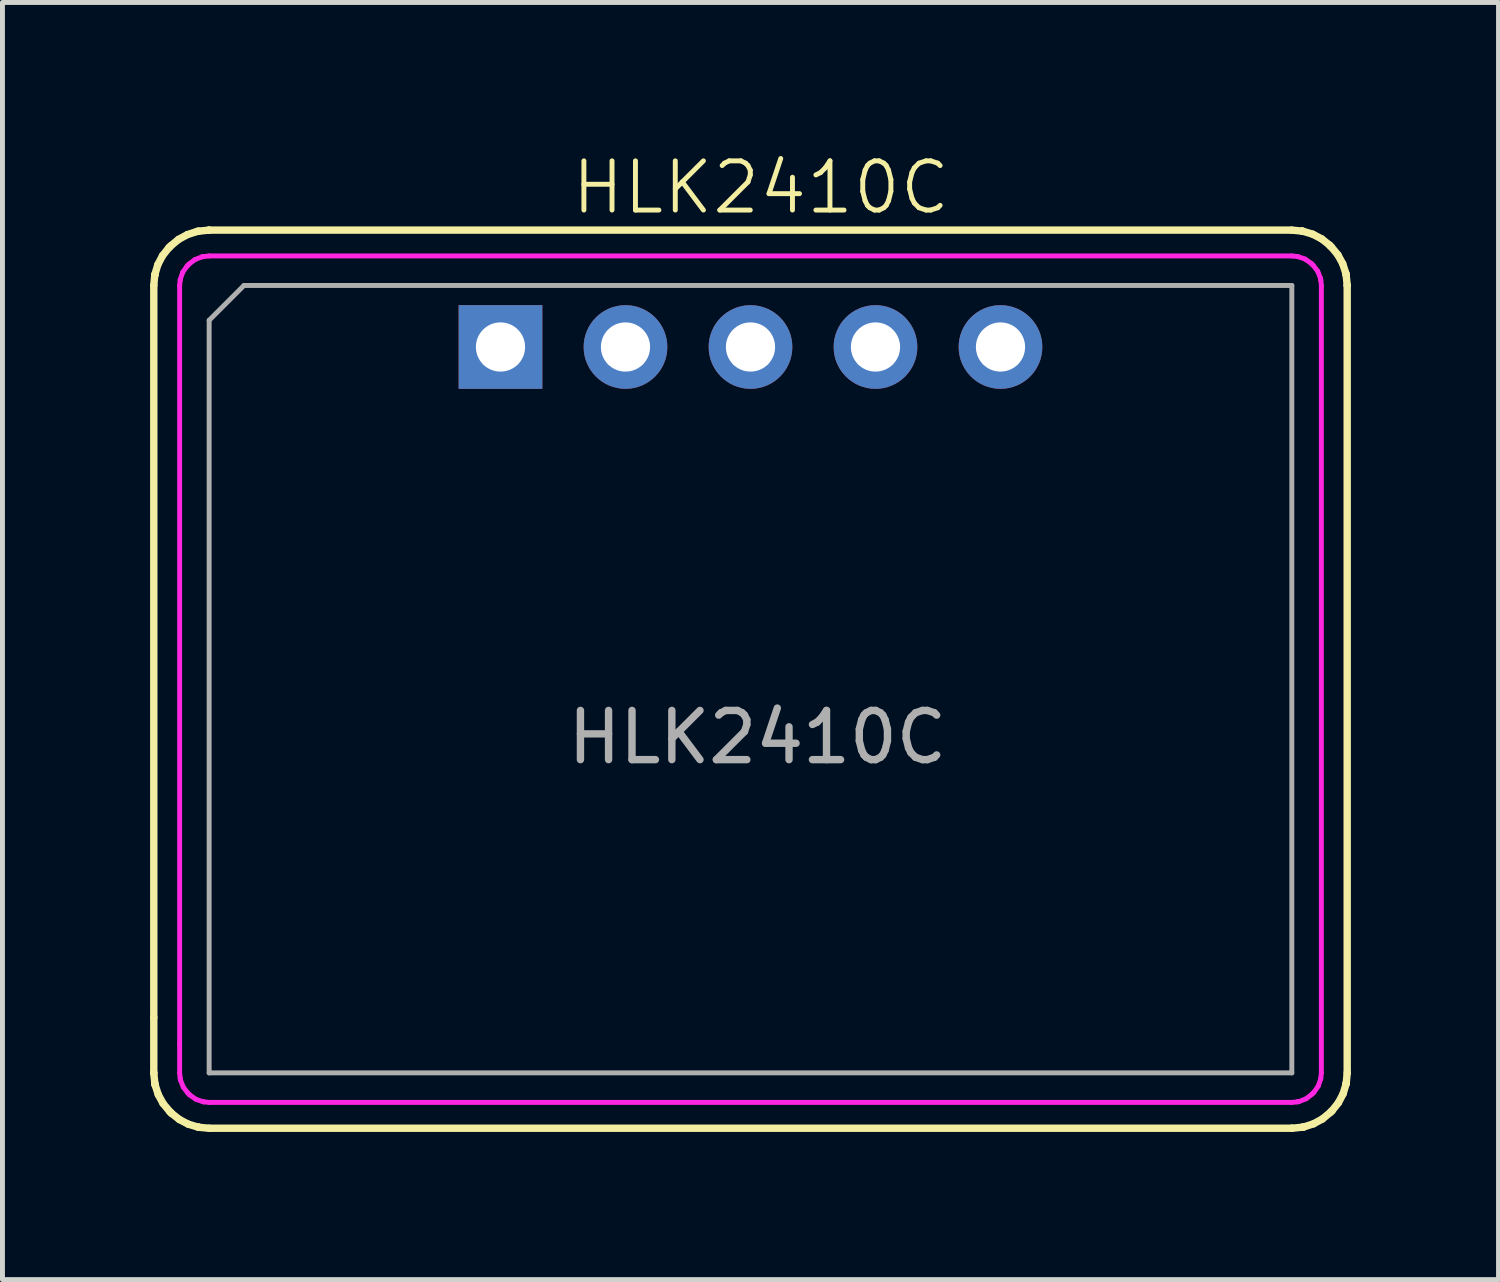
<source format=kicad_pcb>
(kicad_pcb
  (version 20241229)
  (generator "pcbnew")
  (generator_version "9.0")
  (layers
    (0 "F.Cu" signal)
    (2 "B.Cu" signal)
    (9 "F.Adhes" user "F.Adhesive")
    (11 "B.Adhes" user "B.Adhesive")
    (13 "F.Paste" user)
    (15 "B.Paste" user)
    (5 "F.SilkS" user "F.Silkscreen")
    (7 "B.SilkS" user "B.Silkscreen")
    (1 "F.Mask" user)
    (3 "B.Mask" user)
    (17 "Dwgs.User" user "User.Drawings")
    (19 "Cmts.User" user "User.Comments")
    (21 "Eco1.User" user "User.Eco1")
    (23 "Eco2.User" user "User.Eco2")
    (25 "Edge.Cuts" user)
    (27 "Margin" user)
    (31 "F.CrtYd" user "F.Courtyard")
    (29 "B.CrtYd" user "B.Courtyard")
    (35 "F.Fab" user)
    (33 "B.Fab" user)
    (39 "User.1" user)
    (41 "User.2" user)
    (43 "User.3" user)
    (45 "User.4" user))
  (footprint "HLK2410C"
    (layer "F.Cu")
    (at 12.2 11.181)
    (property "Reference" "HLK2410C" (at 0.21 -10.42 0) (unlocked yes) (layer "F.SilkS") (effects (font (size 1 1) (thickness 0.1))))
    (attr through_hole)
    (fp_line (start -12.125 -8.43) (end -12.106 -8.633) (stroke (width 0.15) (type default)) (layer "F.SilkS"))
    (fp_line (start -12.125 6.445) (end -12.125 -8.43) (stroke (width 0.15) (type default)) (layer "F.SilkS"))
    (fp_line (start -12.125 7.57) (end -12.125 6.445) (stroke (width 0.15) (type default)) (layer "F.SilkS"))
    (fp_line (start -12.125 7.576) (end -12.125 7.57) (stroke (width 0.15) (type default)) (layer "F.SilkS"))
    (fp_line (start -12.106 -8.633) (end -12.104 -8.64) (stroke (width 0.15) (type default)) (layer "F.SilkS"))
    (fp_line (start -12.104 -8.64) (end -12.101 -8.659) (stroke (width 0.15) (type default)) (layer "F.SilkS"))
    (fp_line (start -12.104 7.78) (end -12.125 7.576) (stroke (width 0.15) (type default)) (layer "F.SilkS"))
    (fp_line (start -12.101 -8.659) (end -12.042 -8.855) (stroke (width 0.15) (type default)) (layer "F.SilkS"))
    (fp_line (start -12.101 7.799) (end -12.104 7.78) (stroke (width 0.15) (type default)) (layer "F.SilkS"))
    (fp_line (start -12.097 7.818) (end -12.101 7.799) (stroke (width 0.15) (type default)) (layer "F.SilkS"))
    (fp_line (start -12.042 -8.855) (end -11.947 -9.036) (stroke (width 0.15) (type default)) (layer "F.SilkS"))
    (fp_line (start -12.034 8.012) (end -12.097 7.818) (stroke (width 0.15) (type default)) (layer "F.SilkS"))
    (fp_line (start -11.947 -9.036) (end -11.82 -9.196) (stroke (width 0.15) (type default)) (layer "F.SilkS"))
    (fp_line (start -11.936 8.192) (end -12.034 8.012) (stroke (width 0.15) (type default)) (layer "F.SilkS"))
    (fp_line (start -11.82 -9.196) (end -11.806 -9.209) (stroke (width 0.15) (type default)) (layer "F.SilkS"))
    (fp_line (start -11.806 -9.209) (end -11.779 -9.236) (stroke (width 0.15) (type default)) (layer "F.SilkS"))
    (fp_line (start -11.806 8.349) (end -11.936 8.192) (stroke (width 0.15) (type default)) (layer "F.SilkS"))
    (fp_line (start -11.779 -9.236) (end -11.622 -9.366) (stroke (width 0.15) (type default)) (layer "F.SilkS"))
    (fp_line (start -11.779 8.376) (end -11.806 8.349) (stroke (width 0.15) (type default)) (layer "F.SilkS"))
    (fp_line (start -11.766 8.39) (end -11.779 8.376) (stroke (width 0.15) (type default)) (layer "F.SilkS"))
    (fp_line (start -11.622 -9.366) (end -11.442 -9.464) (stroke (width 0.15) (type default)) (layer "F.SilkS"))
    (fp_line (start -11.606 8.517) (end -11.766 8.39) (stroke (width 0.15) (type default)) (layer "F.SilkS"))
    (fp_line (start -11.442 -9.464) (end -11.248 -9.527) (stroke (width 0.15) (type default)) (layer "F.SilkS"))
    (fp_line (start -11.425 8.612) (end -11.606 8.517) (stroke (width 0.15) (type default)) (layer "F.SilkS"))
    (fp_line (start -11.248 -9.527) (end -11.229 -9.531) (stroke (width 0.15) (type default)) (layer "F.SilkS"))
    (fp_line (start -11.229 -9.531) (end -11.21 -9.534) (stroke (width 0.15) (type default)) (layer "F.SilkS"))
    (fp_line (start -11.229 8.671) (end -11.425 8.612) (stroke (width 0.15) (type default)) (layer "F.SilkS"))
    (fp_line (start -11.21 -9.534) (end -11.006 -9.555) (stroke (width 0.15) (type default)) (layer "F.SilkS"))
    (fp_line (start -11.21 8.674) (end -11.229 8.671) (stroke (width 0.15) (type default)) (layer "F.SilkS"))
    (fp_line (start -11.203 8.676) (end -11.21 8.674) (stroke (width 0.15) (type default)) (layer "F.SilkS"))
    (fp_line (start -11.006 -9.555) (end -11 -9.555) (stroke (width 0.15) (type default)) (layer "F.SilkS"))
    (fp_line (start -11 -9.555) (end 11 -9.555) (stroke (width 0.15) (type default)) (layer "F.SilkS"))
    (fp_line (start -11 8.695) (end -11.203 8.676) (stroke (width 0.15) (type default)) (layer "F.SilkS"))
    (fp_line (start 11 -9.555) (end 11.203 -9.536) (stroke (width 0.15) (type default)) (layer "F.SilkS"))
    (fp_line (start 11 8.695) (end -11 8.695) (stroke (width 0.15) (type default)) (layer "F.SilkS"))
    (fp_line (start 11.006 8.695) (end 11 8.695) (stroke (width 0.15) (type default)) (layer "F.SilkS"))
    (fp_line (start 11.203 -9.536) (end 11.21 -9.534) (stroke (width 0.15) (type default)) (layer "F.SilkS"))
    (fp_line (start 11.21 -9.534) (end 11.229 -9.531) (stroke (width 0.15) (type default)) (layer "F.SilkS"))
    (fp_line (start 11.21 8.674) (end 11.006 8.695) (stroke (width 0.15) (type default)) (layer "F.SilkS"))
    (fp_line (start 11.229 -9.531) (end 11.425 -9.472) (stroke (width 0.15) (type default)) (layer "F.SilkS"))
    (fp_line (start 11.229 8.671) (end 11.21 8.674) (stroke (width 0.15) (type default)) (layer "F.SilkS"))
    (fp_line (start 11.248 8.667) (end 11.229 8.671) (stroke (width 0.15) (type default)) (layer "F.SilkS"))
    (fp_line (start 11.425 -9.472) (end 11.606 -9.377) (stroke (width 0.15) (type default)) (layer "F.SilkS"))
    (fp_line (start 11.442 8.604) (end 11.248 8.667) (stroke (width 0.15) (type default)) (layer "F.SilkS"))
    (fp_line (start 11.606 -9.377) (end 11.766 -9.25) (stroke (width 0.15) (type default)) (layer "F.SilkS"))
    (fp_line (start 11.622 8.506) (end 11.442 8.604) (stroke (width 0.15) (type default)) (layer "F.SilkS"))
    (fp_line (start 11.766 -9.25) (end 11.779 -9.236) (stroke (width 0.15) (type default)) (layer "F.SilkS"))
    (fp_line (start 11.779 -9.236) (end 11.806 -9.209) (stroke (width 0.15) (type default)) (layer "F.SilkS"))
    (fp_line (start 11.779 8.376) (end 11.622 8.506) (stroke (width 0.15) (type default)) (layer "F.SilkS"))
    (fp_line (start 11.806 -9.209) (end 11.936 -9.052) (stroke (width 0.15) (type default)) (layer "F.SilkS"))
    (fp_line (start 11.806 8.349) (end 11.779 8.376) (stroke (width 0.15) (type default)) (layer "F.SilkS"))
    (fp_line (start 11.82 8.336) (end 11.806 8.349) (stroke (width 0.15) (type default)) (layer "F.SilkS"))
    (fp_line (start 11.936 -9.052) (end 12.034 -8.872) (stroke (width 0.15) (type default)) (layer "F.SilkS"))
    (fp_line (start 11.947 8.176) (end 11.82 8.336) (stroke (width 0.15) (type default)) (layer "F.SilkS"))
    (fp_line (start 12.034 -8.872) (end 12.097 -8.678) (stroke (width 0.15) (type default)) (layer "F.SilkS"))
    (fp_line (start 12.042 7.995) (end 11.947 8.176) (stroke (width 0.15) (type default)) (layer "F.SilkS"))
    (fp_line (start 12.097 -8.678) (end 12.101 -8.659) (stroke (width 0.15) (type default)) (layer "F.SilkS"))
    (fp_line (start 12.101 -8.659) (end 12.104 -8.64) (stroke (width 0.15) (type default)) (layer "F.SilkS"))
    (fp_line (start 12.101 7.799) (end 12.042 7.995) (stroke (width 0.15) (type default)) (layer "F.SilkS"))
    (fp_line (start 12.104 -8.64) (end 12.125 -8.436) (stroke (width 0.15) (type default)) (layer "F.SilkS"))
    (fp_line (start 12.104 7.78) (end 12.101 7.799) (stroke (width 0.15) (type default)) (layer "F.SilkS"))
    (fp_line (start 12.106 7.773) (end 12.104 7.78) (stroke (width 0.15) (type default)) (layer "F.SilkS"))
    (fp_line (start 12.125 -8.436) (end 12.125 -8.43) (stroke (width 0.15) (type default)) (layer "F.SilkS"))
    (fp_line (start 12.125 -8.43) (end 12.125 7.57) (stroke (width 0.15) (type default)) (layer "F.SilkS"))
    (fp_line (start 12.125 7.57) (end 12.106 7.773) (stroke (width 0.15) (type default)) (layer "F.SilkS"))
    (fp_line (start -11.6 -8.43) (end -11.589 -8.537) (stroke (width 0.1) (type default)) (layer "F.CrtYd"))
    (fp_line (start -11.6 6.97) (end -11.6 -8.43) (stroke (width 0.1) (type default)) (layer "F.CrtYd"))
    (fp_line (start -11.6 7.57) (end -11.6 6.97) (stroke (width 0.1) (type default)) (layer "F.CrtYd"))
    (fp_line (start -11.589 -8.537) (end -11.586 -8.556) (stroke (width 0.1) (type default)) (layer "F.CrtYd"))
    (fp_line (start -11.589 7.677) (end -11.6 7.57) (stroke (width 0.1) (type default)) (layer "F.CrtYd"))
    (fp_line (start -11.586 -8.556) (end -11.537 -8.698) (stroke (width 0.1) (type default)) (layer "F.CrtYd"))
    (fp_line (start -11.586 7.696) (end -11.589 7.677) (stroke (width 0.1) (type default)) (layer "F.CrtYd"))
    (fp_line (start -11.581 7.719) (end -11.586 7.696) (stroke (width 0.1) (type default)) (layer "F.CrtYd"))
    (fp_line (start -11.537 -8.698) (end -11.451 -8.821) (stroke (width 0.1) (type default)) (layer "F.CrtYd"))
    (fp_line (start -11.526 7.859) (end -11.581 7.719) (stroke (width 0.1) (type default)) (layer "F.CrtYd"))
    (fp_line (start -11.451 -8.821) (end -11.435 -8.838) (stroke (width 0.1) (type default)) (layer "F.CrtYd"))
    (fp_line (start -11.435 -8.838) (end -11.408 -8.865) (stroke (width 0.1) (type default)) (layer "F.CrtYd"))
    (fp_line (start -11.435 7.978) (end -11.526 7.859) (stroke (width 0.1) (type default)) (layer "F.CrtYd"))
    (fp_line (start -11.408 -8.865) (end -11.289 -8.956) (stroke (width 0.1) (type default)) (layer "F.CrtYd"))
    (fp_line (start -11.408 8.005) (end -11.435 7.978) (stroke (width 0.1) (type default)) (layer "F.CrtYd"))
    (fp_line (start -11.391 8.021) (end -11.408 8.005) (stroke (width 0.1) (type default)) (layer "F.CrtYd"))
    (fp_line (start -11.289 -8.956) (end -11.149 -9.011) (stroke (width 0.1) (type default)) (layer "F.CrtYd"))
    (fp_line (start -11.268 8.107) (end -11.391 8.021) (stroke (width 0.1) (type default)) (layer "F.CrtYd"))
    (fp_line (start -11.149 -9.011) (end -11.126 -9.016) (stroke (width 0.1) (type default)) (layer "F.CrtYd"))
    (fp_line (start -11.126 -9.016) (end -11.107 -9.019) (stroke (width 0.1) (type default)) (layer "F.CrtYd"))
    (fp_line (start -11.126 8.156) (end -11.268 8.107) (stroke (width 0.1) (type default)) (layer "F.CrtYd"))
    (fp_line (start -11.107 -9.019) (end -11 -9.03) (stroke (width 0.1) (type default)) (layer "F.CrtYd"))
    (fp_line (start -11.107 8.159) (end -11.126 8.156) (stroke (width 0.1) (type default)) (layer "F.CrtYd"))
    (fp_line (start -11 -9.03) (end 11 -9.03) (stroke (width 0.1) (type default)) (layer "F.CrtYd"))
    (fp_line (start -11 8.17) (end -11.107 8.159) (stroke (width 0.1) (type default)) (layer "F.CrtYd"))
    (fp_line (start 11 -9.03) (end 11.107 -9.019) (stroke (width 0.1) (type default)) (layer "F.CrtYd"))
    (fp_line (start 11 8.17) (end -11 8.17) (stroke (width 0.1) (type default)) (layer "F.CrtYd"))
    (fp_line (start 11.107 -9.019) (end 11.126 -9.016) (stroke (width 0.1) (type default)) (layer "F.CrtYd"))
    (fp_line (start 11.107 8.159) (end 11 8.17) (stroke (width 0.1) (type default)) (layer "F.CrtYd"))
    (fp_line (start 11.126 -9.016) (end 11.268 -8.967) (stroke (width 0.1) (type default)) (layer "F.CrtYd"))
    (fp_line (start 11.126 8.156) (end 11.107 8.159) (stroke (width 0.1) (type default)) (layer "F.CrtYd"))
    (fp_line (start 11.149 8.151) (end 11.126 8.156) (stroke (width 0.1) (type default)) (layer "F.CrtYd"))
    (fp_line (start 11.268 -8.967) (end 11.391 -8.881) (stroke (width 0.1) (type default)) (layer "F.CrtYd"))
    (fp_line (start 11.289 8.096) (end 11.149 8.151) (stroke (width 0.1) (type default)) (layer "F.CrtYd"))
    (fp_line (start 11.391 -8.881) (end 11.408 -8.865) (stroke (width 0.1) (type default)) (layer "F.CrtYd"))
    (fp_line (start 11.408 -8.865) (end 11.435 -8.838) (stroke (width 0.1) (type default)) (layer "F.CrtYd"))
    (fp_line (start 11.408 8.005) (end 11.289 8.096) (stroke (width 0.1) (type default)) (layer "F.CrtYd"))
    (fp_line (start 11.435 -8.838) (end 11.526 -8.719) (stroke (width 0.1) (type default)) (layer "F.CrtYd"))
    (fp_line (start 11.435 7.978) (end 11.408 8.005) (stroke (width 0.1) (type default)) (layer "F.CrtYd"))
    (fp_line (start 11.451 7.961) (end 11.435 7.978) (stroke (width 0.1) (type default)) (layer "F.CrtYd"))
    (fp_line (start 11.526 -8.719) (end 11.581 -8.579) (stroke (width 0.1) (type default)) (layer "F.CrtYd"))
    (fp_line (start 11.537 7.838) (end 11.451 7.961) (stroke (width 0.1) (type default)) (layer "F.CrtYd"))
    (fp_line (start 11.581 -8.579) (end 11.586 -8.556) (stroke (width 0.1) (type default)) (layer "F.CrtYd"))
    (fp_line (start 11.586 -8.556) (end 11.589 -8.537) (stroke (width 0.1) (type default)) (layer "F.CrtYd"))
    (fp_line (start 11.586 7.696) (end 11.537 7.838) (stroke (width 0.1) (type default)) (layer "F.CrtYd"))
    (fp_line (start 11.589 -8.537) (end 11.6 -8.43) (stroke (width 0.1) (type default)) (layer "F.CrtYd"))
    (fp_line (start 11.589 7.677) (end 11.586 7.696) (stroke (width 0.1) (type default)) (layer "F.CrtYd"))
    (fp_line (start 11.6 -8.43) (end 11.6 7.57) (stroke (width 0.1) (type default)) (layer "F.CrtYd"))
    (fp_line (start 11.6 7.57) (end 11.589 7.677) (stroke (width 0.1) (type default)) (layer "F.CrtYd"))
    (fp_line (start -11 7.57) (end -11 -7.723) (stroke (width 0.1) (type default)) (layer "F.Fab"))
    (fp_line (start -10.293 -8.43) (end -11 -7.723) (stroke (width 0.1) (type default)) (layer "F.Fab"))
    (fp_line (start -10.293 -8.43) (end 11 -8.43) (stroke (width 0.1) (type default)) (layer "F.Fab"))
    (fp_line (start -5.4 -6.86) (end -4.76 -6.86) (stroke (width 0.1) (type solid)) (layer "F.Fab"))
    (fp_line (start -2.86 -6.86) (end -2.22 -6.86) (stroke (width 0.1) (type solid)) (layer "F.Fab"))
    (fp_line (start -0.32 -6.86) (end 0.32 -6.86) (stroke (width 0.1) (type solid)) (layer "F.Fab"))
    (fp_line (start 2.22 -6.86) (end 2.86 -6.86) (stroke (width 0.1) (type solid)) (layer "F.Fab"))
    (fp_line (start 4.76 -6.86) (end 5.4 -6.86) (stroke (width 0.1) (type solid)) (layer "F.Fab"))
    (fp_line (start 11 -8.43) (end 11 7.57) (stroke (width 0.1) (type default)) (layer "F.Fab"))
    (fp_line (start 11 7.57) (end -11 7.57) (stroke (width 0.1) (type default)) (layer "F.Fab"))
    (fp_text user "${REFERENCE}" (at 0.14 0.75 0) (unlocked yes) (layer "F.Fab") (effects (font (size 1 1) (thickness 0.15))))
    (pad "1" thru_hole rect (at -5.08 -7.18 90) (size 1.7 1.7) (drill 1) (layers "*.Cu" "*.Mask"))
    (pad "2" thru_hole oval (at -2.54 -7.18 90) (size 1.7 1.7) (drill 1) (layers "*.Cu" "*.Mask"))
    (pad "3" thru_hole oval (at 0 -7.18 90) (size 1.7 1.7) (drill 1) (layers "*.Cu" "*.Mask"))
    (pad "4" thru_hole oval (at 2.54 -7.18 90) (size 1.7 1.7) (drill 1) (layers "*.Cu" "*.Mask"))
    (pad "5" thru_hole oval (at 5.08 -7.18 90) (size 1.7 1.7) (drill 1) (layers "*.Cu" "*.Mask")))
  (gr_rect
    (start -3 -3)
    (end 27.4 22.951)
    (stroke (width 0.1) (type default))
    (fill no)
    (layer "Edge.Cuts")))
</source>
